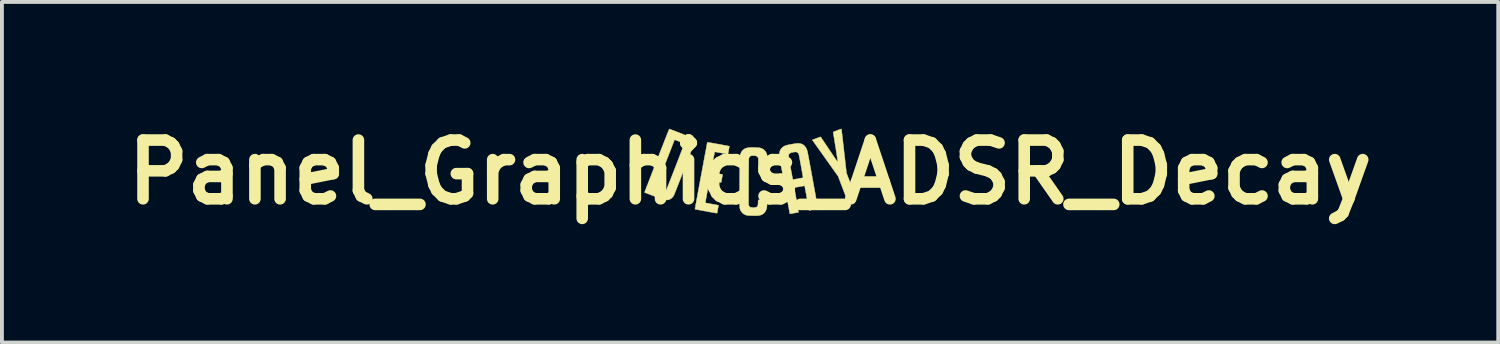
<source format=kicad_pcb>
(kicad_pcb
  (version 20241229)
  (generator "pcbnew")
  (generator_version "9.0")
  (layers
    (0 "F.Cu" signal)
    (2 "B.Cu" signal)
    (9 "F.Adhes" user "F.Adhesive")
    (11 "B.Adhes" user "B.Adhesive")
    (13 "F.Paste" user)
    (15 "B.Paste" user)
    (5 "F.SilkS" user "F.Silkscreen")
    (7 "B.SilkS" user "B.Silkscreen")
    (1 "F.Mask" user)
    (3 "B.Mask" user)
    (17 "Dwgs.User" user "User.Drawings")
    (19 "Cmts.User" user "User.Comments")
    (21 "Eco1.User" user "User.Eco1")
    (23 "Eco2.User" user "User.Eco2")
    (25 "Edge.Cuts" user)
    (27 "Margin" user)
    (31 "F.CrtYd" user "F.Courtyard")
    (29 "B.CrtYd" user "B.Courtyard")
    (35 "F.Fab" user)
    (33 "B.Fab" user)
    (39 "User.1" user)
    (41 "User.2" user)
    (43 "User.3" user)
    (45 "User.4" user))
  (footprint "Panel_Graphics_ADSR_Decay"
    (layer "F.Cu")
    (at 16.408 1.418)
    (property "Reference" "Panel_Graphics_ADSR_Decay" (at 0 0 0) (layer "F.SilkS") (effects (font (size 1.524 1.524) (thickness 0.3))))
    (attr through_hole)
    (fp_poly (pts (xy 2.372 -1.11) (xy 2.372 -1.104) (xy 2.374 -1.09) (xy 2.377 -1.069) (xy 2.38 -1.04) (xy 2.384 -1.006) (xy 2.389 -0.965) (xy 2.394 -0.919) (xy 2.4 -0.869) (xy 2.407 -0.813) (xy 2.413 -0.755) (xy 2.421 -0.692) (xy 2.428 -0.627) (xy 2.436 -0.56) (xy 2.438 -0.536) (xy 2.502 0.021) (xy 2.608 0.3) (xy 2.626 0.347) (xy 2.643 0.392) (xy 2.66 0.434) (xy 2.675 0.474) (xy 2.688 0.51) (xy 2.7 0.541) (xy 2.71 0.566) (xy 2.717 0.586) (xy 2.722 0.599) (xy 2.724 0.603) (xy 2.734 0.629) (xy 2.629 0.669) (xy 2.601 0.679) (xy 2.576 0.689) (xy 2.554 0.697) (xy 2.536 0.704) (xy 2.525 0.708) (xy 2.52 0.71) (xy 2.515 0.708) (xy 2.514 0.706) (xy 2.512 0.701) (xy 2.507 0.689) (xy 2.5 0.671) (xy 2.491 0.646) (xy 2.479 0.616) (xy 2.466 0.581) (xy 2.451 0.542) (xy 2.435 0.499) (xy 2.417 0.453) (xy 2.399 0.406) (xy 2.398 0.402) (xy 2.284 0.104) (xy 1.949 -0.367) (xy 1.614 -0.838) (xy 1.629 -0.844) (xy 1.658 -0.855) (xy 1.687 -0.866) (xy 1.717 -0.877) (xy 1.745 -0.888) (xy 1.771 -0.897) (xy 1.793 -0.906) (xy 1.811 -0.912) (xy 1.824 -0.916) (xy 1.83 -0.918) (xy 1.83 -0.918) (xy 1.833 -0.914) (xy 1.84 -0.904) (xy 1.851 -0.888) (xy 1.865 -0.866) (xy 1.883 -0.839) (xy 1.905 -0.808) (xy 1.928 -0.772) (xy 1.955 -0.733) (xy 1.983 -0.691) (xy 2.013 -0.646) (xy 2.045 -0.599) (xy 2.051 -0.589) (xy 2.094 -0.525) (xy 2.133 -0.468) (xy 2.166 -0.418) (xy 2.196 -0.376) (xy 2.22 -0.34) (xy 2.241 -0.311) (xy 2.256 -0.289) (xy 2.267 -0.275) (xy 2.273 -0.267) (xy 2.275 -0.266) (xy 2.275 -0.272) (xy 2.274 -0.285) (xy 2.271 -0.307) (xy 2.267 -0.337) (xy 2.261 -0.375) (xy 2.254 -0.422) (xy 2.246 -0.477) (xy 2.236 -0.54) (xy 2.225 -0.612) (xy 2.219 -0.649) (xy 2.21 -0.704) (xy 2.201 -0.758) (xy 2.193 -0.808) (xy 2.186 -0.855) (xy 2.179 -0.898) (xy 2.172 -0.936) (xy 2.167 -0.969) (xy 2.163 -0.996) (xy 2.159 -1.016) (xy 2.157 -1.03) (xy 2.156 -1.035) (xy 2.156 -1.035) (xy 2.156 -1.038) (xy 2.158 -1.041) (xy 2.163 -1.045) (xy 2.171 -1.049) (xy 2.184 -1.055) (xy 2.203 -1.062) (xy 2.227 -1.072) (xy 2.259 -1.084) (xy 2.261 -1.085) (xy 2.369 -1.125) (xy 2.372 -1.11)) (stroke (width 0.01) (type solid)) (fill yes) (layer "F.SilkS"))
    (fp_poly (pts (xy 0.071 -0.642) (xy 0.105 -0.642) (xy 0.14 -0.641) (xy 0.173 -0.639) (xy 0.205 -0.637) (xy 0.232 -0.634) (xy 0.254 -0.632) (xy 0.269 -0.629) (xy 0.269 -0.629) (xy 0.312 -0.613) (xy 0.349 -0.591) (xy 0.381 -0.563) (xy 0.407 -0.529) (xy 0.427 -0.488) (xy 0.437 -0.461) (xy 0.439 -0.452) (xy 0.441 -0.444) (xy 0.443 -0.434) (xy 0.444 -0.422) (xy 0.445 -0.408) (xy 0.446 -0.39) (xy 0.447 -0.367) (xy 0.447 -0.337) (xy 0.448 -0.301) (xy 0.448 -0.284) (xy 0.449 -0.138) (xy 0.417 -0.141) (xy 0.402 -0.142) (xy 0.381 -0.143) (xy 0.355 -0.143) (xy 0.327 -0.144) (xy 0.3 -0.144) (xy 0.216 -0.144) (xy 0.215 -0.255) (xy 0.214 -0.366) (xy 0.202 -0.386) (xy 0.189 -0.403) (xy 0.173 -0.415) (xy 0.151 -0.424) (xy 0.123 -0.429) (xy 0.103 -0.43) (xy 0.065 -0.431) (xy 0.034 -0.427) (xy 0.01 -0.418) (xy -0.009 -0.404) (xy -0.022 -0.384) (xy -0.03 -0.359) (xy -0.032 -0.342) (xy -0.033 -0.331) (xy -0.033 -0.313) (xy -0.034 -0.288) (xy -0.034 -0.257) (xy -0.035 -0.22) (xy -0.035 -0.178) (xy -0.035 -0.131) (xy -0.036 -0.08) (xy -0.036 -0.026) (xy -0.037 0.031) (xy -0.037 0.09) (xy -0.038 0.151) (xy -0.038 0.212) (xy -0.038 0.274) (xy -0.039 0.336) (xy -0.039 0.397) (xy -0.039 0.457) (xy -0.039 0.514) (xy -0.039 0.569) (xy -0.039 0.621) (xy -0.039 0.668) (xy -0.039 0.712) (xy -0.039 0.75) (xy -0.039 0.783) (xy -0.039 0.81) (xy -0.039 0.83) (xy -0.038 0.842) (xy -0.038 0.847) (xy -0.029 0.871) (xy -0.015 0.891) (xy 0.003 0.905) (xy 0.006 0.906) (xy 0.022 0.911) (xy 0.044 0.914) (xy 0.069 0.917) (xy 0.095 0.917) (xy 0.119 0.916) (xy 0.131 0.915) (xy 0.157 0.908) (xy 0.178 0.896) (xy 0.193 0.879) (xy 0.195 0.874) (xy 0.199 0.867) (xy 0.202 0.859) (xy 0.204 0.848) (xy 0.205 0.834) (xy 0.207 0.815) (xy 0.208 0.788) (xy 0.208 0.787) (xy 0.209 0.764) (xy 0.21 0.744) (xy 0.211 0.729) (xy 0.211 0.72) (xy 0.211 0.718) (xy 0.215 0.718) (xy 0.227 0.718) (xy 0.245 0.718) (xy 0.268 0.718) (xy 0.295 0.718) (xy 0.325 0.719) (xy 0.328 0.719) (xy 0.445 0.72) (xy 0.442 0.803) (xy 0.441 0.842) (xy 0.438 0.877) (xy 0.435 0.906) (xy 0.432 0.926) (xy 0.419 0.972) (xy 0.401 1.012) (xy 0.376 1.046) (xy 0.347 1.074) (xy 0.312 1.096) (xy 0.309 1.097) (xy 0.291 1.105) (xy 0.274 1.112) (xy 0.256 1.117) (xy 0.237 1.121) (xy 0.215 1.124) (xy 0.189 1.126) (xy 0.159 1.127) (xy 0.124 1.127) (xy 0.081 1.126) (xy 0.047 1.126) (xy 0.009 1.125) (xy -0.021 1.124) (xy -0.045 1.122) (xy -0.063 1.121) (xy -0.077 1.119) (xy -0.088 1.117) (xy -0.091 1.116) (xy -0.135 1.1) (xy -0.173 1.078) (xy -0.205 1.05) (xy -0.23 1.017) (xy -0.241 0.998) (xy -0.246 0.988) (xy -0.25 0.978) (xy -0.254 0.969) (xy -0.258 0.961) (xy -0.261 0.951) (xy -0.263 0.941) (xy -0.266 0.929) (xy -0.267 0.915) (xy -0.269 0.899) (xy -0.27 0.879) (xy -0.271 0.855) (xy -0.272 0.828) (xy -0.272 0.795) (xy -0.272 0.757) (xy -0.272 0.714) (xy -0.272 0.664) (xy -0.272 0.607) (xy -0.272 0.543) (xy -0.272 0.472) (xy -0.271 0.36) (xy -0.271 0.257) (xy -0.27 0.161) (xy -0.27 0.074) (xy -0.269 -0.006) (xy -0.268 -0.079) (xy -0.267 -0.144) (xy -0.266 -0.203) (xy -0.266 -0.254) (xy -0.265 -0.3) (xy -0.263 -0.338) (xy -0.262 -0.371) (xy -0.261 -0.398) (xy -0.26 -0.419) (xy -0.258 -0.435) (xy -0.256 -0.445) (xy -0.256 -0.447) (xy -0.242 -0.491) (xy -0.222 -0.53) (xy -0.197 -0.564) (xy -0.167 -0.591) (xy -0.135 -0.611) (xy -0.109 -0.622) (xy -0.083 -0.63) (xy -0.054 -0.636) (xy -0.022 -0.64) (xy 0.011 -0.642) (xy 0.039 -0.642) (xy 0.071 -0.642)) (stroke (width 0.01) (type solid)) (fill yes) (layer "F.SilkS"))
    (fp_poly (pts (xy -2.09 -1.121) (xy -2.078 -1.117) (xy -2.06 -1.11) (xy -2.037 -1.101) (xy -2.01 -1.091) (xy -1.979 -1.079) (xy -1.947 -1.067) (xy -1.912 -1.053) (xy -1.878 -1.04) (xy -1.843 -1.027) (xy -1.81 -1.014) (xy -1.779 -1.002) (xy -1.752 -0.991) (xy -1.728 -0.982) (xy -1.71 -0.975) (xy -1.708 -0.974) (xy -1.663 -0.953) (xy -1.621 -0.927) (xy -1.584 -0.899) (xy -1.554 -0.868) (xy -1.53 -0.835) (xy -1.522 -0.821) (xy -1.506 -0.78) (xy -1.498 -0.735) (xy -1.497 -0.688) (xy -1.503 -0.637) (xy -1.517 -0.583) (xy -1.523 -0.562) (xy -1.528 -0.55) (xy -1.535 -0.53) (xy -1.545 -0.504) (xy -1.557 -0.472) (xy -1.572 -0.435) (xy -1.588 -0.393) (xy -1.605 -0.347) (xy -1.624 -0.298) (xy -1.645 -0.245) (xy -1.666 -0.19) (xy -1.688 -0.133) (xy -1.711 -0.075) (xy -1.734 -0.016) (xy -1.757 0.044) (xy -1.78 0.103) (xy -1.803 0.162) (xy -1.825 0.219) (xy -1.847 0.274) (xy -1.868 0.327) (xy -1.887 0.376) (xy -1.905 0.422) (xy -1.922 0.464) (xy -1.937 0.502) (xy -1.95 0.534) (xy -1.96 0.56) (xy -1.968 0.58) (xy -1.974 0.594) (xy -1.976 0.599) (xy -1.997 0.632) (xy -2.023 0.661) (xy -2.053 0.685) (xy -2.085 0.704) (xy -2.117 0.715) (xy -2.138 0.718) (xy -2.163 0.719) (xy -2.19 0.718) (xy -2.217 0.716) (xy -2.231 0.713) (xy -2.24 0.711) (xy -2.249 0.709) (xy -2.258 0.706) (xy -2.269 0.703) (xy -2.281 0.699) (xy -2.296 0.694) (xy -2.315 0.687) (xy -2.337 0.679) (xy -2.364 0.669) (xy -2.396 0.656) (xy -2.434 0.642) (xy -2.479 0.624) (xy -2.524 0.607) (xy -2.738 0.524) (xy -2.73 0.502) (xy -2.728 0.496) (xy -2.723 0.483) (xy -2.715 0.462) (xy -2.704 0.434) (xy -2.694 0.409) (xy -2.443 0.409) (xy -2.439 0.411) (xy -2.428 0.416) (xy -2.412 0.424) (xy -2.391 0.432) (xy -2.367 0.442) (xy -2.34 0.452) (xy -2.313 0.463) (xy -2.285 0.473) (xy -2.273 0.477) (xy -2.247 0.484) (xy -2.223 0.486) (xy -2.202 0.482) (xy -2.19 0.476) (xy -2.179 0.466) (xy -2.171 0.457) (xy -2.169 0.452) (xy -2.164 0.44) (xy -2.156 0.421) (xy -2.146 0.396) (xy -2.133 0.365) (xy -2.119 0.329) (xy -2.103 0.288) (xy -2.086 0.243) (xy -2.067 0.195) (xy -2.047 0.144) (xy -2.026 0.091) (xy -2.004 0.036) (xy -1.982 -0.021) (xy -1.96 -0.078) (xy -1.938 -0.135) (xy -1.916 -0.191) (xy -1.894 -0.247) (xy -1.873 -0.301) (xy -1.853 -0.353) (xy -1.834 -0.403) (xy -1.816 -0.449) (xy -1.8 -0.491) (xy -1.785 -0.53) (xy -1.772 -0.563) (xy -1.762 -0.591) (xy -1.754 -0.612) (xy -1.748 -0.628) (xy -1.746 -0.634) (xy -1.737 -0.668) (xy -1.736 -0.699) (xy -1.741 -0.726) (xy -1.753 -0.749) (xy -1.772 -0.767) (xy -1.774 -0.769) (xy -1.783 -0.773) (xy -1.797 -0.78) (xy -1.816 -0.789) (xy -1.838 -0.798) (xy -1.861 -0.807) (xy -1.885 -0.816) (xy -1.907 -0.825) (xy -1.927 -0.832) (xy -1.943 -0.838) (xy -1.954 -0.841) (xy -1.958 -0.841) (xy -1.96 -0.837) (xy -1.965 -0.826) (xy -1.972 -0.807) (xy -1.982 -0.782) (xy -1.994 -0.752) (xy -2.008 -0.716) (xy -2.024 -0.675) (xy -2.041 -0.63) (xy -2.06 -0.581) (xy -2.081 -0.529) (xy -2.102 -0.474) (xy -2.124 -0.417) (xy -2.147 -0.358) (xy -2.17 -0.298) (xy -2.194 -0.237) (xy -2.217 -0.176) (xy -2.241 -0.116) (xy -2.264 -0.056) (xy -2.287 0.002) (xy -2.308 0.059) (xy -2.329 0.113) (xy -2.349 0.164) (xy -2.367 0.212) (xy -2.384 0.255) (xy -2.399 0.295) (xy -2.413 0.329) (xy -2.424 0.358) (xy -2.432 0.381) (xy -2.438 0.397) (xy -2.442 0.406) (xy -2.443 0.409) (xy -2.694 0.409) (xy -2.691 0.401) (xy -2.676 0.361) (xy -2.658 0.316) (xy -2.639 0.265) (xy -2.617 0.21) (xy -2.594 0.15) (xy -2.569 0.086) (xy -2.543 0.018) (xy -2.516 -0.052) (xy -2.487 -0.126) (xy -2.457 -0.202) (xy -2.427 -0.281) (xy -2.411 -0.322) (xy -2.37 -0.428) (xy -2.332 -0.526) (xy -2.297 -0.616) (xy -2.264 -0.699) (xy -2.235 -0.774) (xy -2.209 -0.842) (xy -2.185 -0.902) (xy -2.164 -0.954) (xy -2.146 -1) (xy -2.131 -1.038) (xy -2.118 -1.069) (xy -2.108 -1.093) (xy -2.101 -1.11) (xy -2.096 -1.12) (xy -2.094 -1.123) (xy -2.09 -1.121)) (stroke (width 0.01) (type solid)) (fill yes) (layer "F.SilkS"))
    (fp_poly (pts (xy -1.103 -0.777) (xy -1.092 -0.775) (xy -1.073 -0.772) (xy -1.048 -0.768) (xy -1.019 -0.763) (xy -0.985 -0.757) (xy -0.948 -0.751) (xy -0.909 -0.744) (xy -0.868 -0.736) (xy -0.825 -0.729) (xy -0.783 -0.721) (xy -0.742 -0.714) (xy -0.702 -0.706) (xy -0.665 -0.699) (xy -0.631 -0.693) (xy -0.601 -0.687) (xy -0.576 -0.683) (xy -0.556 -0.679) (xy -0.543 -0.676) (xy -0.538 -0.675) (xy -0.538 -0.675) (xy -0.538 -0.67) (xy -0.54 -0.659) (xy -0.542 -0.642) (xy -0.546 -0.621) (xy -0.55 -0.597) (xy -0.554 -0.572) (xy -0.559 -0.547) (xy -0.563 -0.523) (xy -0.567 -0.502) (xy -0.571 -0.486) (xy -0.573 -0.474) (xy -0.574 -0.47) (xy -0.579 -0.471) (xy -0.59 -0.472) (xy -0.609 -0.475) (xy -0.633 -0.479) (xy -0.662 -0.484) (xy -0.694 -0.49) (xy -0.73 -0.497) (xy -0.745 -0.499) (xy -0.782 -0.506) (xy -0.816 -0.512) (xy -0.847 -0.517) (xy -0.873 -0.522) (xy -0.894 -0.525) (xy -0.908 -0.527) (xy -0.916 -0.528) (xy -0.917 -0.528) (xy -0.918 -0.524) (xy -0.921 -0.512) (xy -0.924 -0.493) (xy -0.929 -0.469) (xy -0.934 -0.44) (xy -0.941 -0.407) (xy -0.948 -0.371) (xy -0.955 -0.332) (xy -0.963 -0.292) (xy -0.97 -0.252) (xy -0.978 -0.211) (xy -0.985 -0.172) (xy -0.992 -0.135) (xy -0.998 -0.1) (xy -1.004 -0.07) (xy -1.009 -0.043) (xy -1.012 -0.023) (xy -1.015 -0.008) (xy -1.016 -0.001) (xy -1.016 -0.000241) (xy -1.012 0.001) (xy -1.001 0.004) (xy -0.983 0.007) (xy -0.959 0.012) (xy -0.931 0.017) (xy -0.9 0.023) (xy -0.867 0.029) (xy -0.832 0.036) (xy -0.8 0.042) (xy -0.772 0.047) (xy -0.749 0.052) (xy -0.73 0.055) (xy -0.719 0.058) (xy -0.714 0.059) (xy -0.715 0.064) (xy -0.716 0.075) (xy -0.718 0.092) (xy -0.722 0.113) (xy -0.726 0.137) (xy -0.73 0.162) (xy -0.735 0.187) (xy -0.739 0.211) (xy -0.743 0.232) (xy -0.746 0.249) (xy -0.749 0.26) (xy -0.75 0.264) (xy -0.754 0.264) (xy -0.766 0.262) (xy -0.784 0.259) (xy -0.808 0.255) (xy -0.836 0.25) (xy -0.867 0.244) (xy -0.895 0.239) (xy -0.929 0.232) (xy -0.961 0.227) (xy -0.989 0.222) (xy -1.013 0.218) (xy -1.032 0.215) (xy -1.044 0.213) (xy -1.048 0.213) (xy -1.049 0.214) (xy -1.051 0.216) (xy -1.053 0.22) (xy -1.055 0.226) (xy -1.058 0.236) (xy -1.061 0.25) (xy -1.065 0.267) (xy -1.069 0.29) (xy -1.075 0.318) (xy -1.081 0.352) (xy -1.089 0.392) (xy -1.098 0.44) (xy -1.108 0.495) (xy -1.109 0.502) (xy -1.118 0.55) (xy -1.127 0.596) (xy -1.134 0.638) (xy -1.141 0.677) (xy -1.147 0.711) (xy -1.152 0.74) (xy -1.156 0.764) (xy -1.159 0.781) (xy -1.16 0.79) (xy -1.16 0.792) (xy -1.156 0.793) (xy -1.144 0.796) (xy -1.125 0.8) (xy -1.101 0.805) (xy -1.072 0.81) (xy -1.039 0.816) (xy -1.003 0.823) (xy -0.988 0.826) (xy -0.952 0.832) (xy -0.918 0.839) (xy -0.887 0.844) (xy -0.862 0.849) (xy -0.841 0.853) (xy -0.827 0.855) (xy -0.819 0.857) (xy -0.819 0.857) (xy -0.819 0.861) (xy -0.821 0.872) (xy -0.824 0.889) (xy -0.828 0.912) (xy -0.833 0.938) (xy -0.836 0.957) (xy -0.842 0.985) (xy -0.846 1.01) (xy -0.85 1.031) (xy -0.853 1.047) (xy -0.855 1.057) (xy -0.855 1.059) (xy -0.856 1.061) (xy -0.857 1.061) (xy -0.861 1.062) (xy -0.867 1.061) (xy -0.877 1.06) (xy -0.889 1.058) (xy -0.906 1.055) (xy -0.928 1.052) (xy -0.955 1.047) (xy -0.987 1.041) (xy -1.026 1.034) (xy -1.072 1.026) (xy -1.126 1.016) (xy -1.154 1.01) (xy -1.201 1.002) (xy -1.245 0.993) (xy -1.287 0.986) (xy -1.324 0.979) (xy -1.357 0.973) (xy -1.384 0.967) (xy -1.406 0.963) (xy -1.421 0.961) (xy -1.429 0.959) (xy -1.43 0.959) (xy -1.429 0.955) (xy -1.427 0.943) (xy -1.424 0.923) (xy -1.419 0.897) (xy -1.413 0.864) (xy -1.406 0.825) (xy -1.398 0.781) (xy -1.389 0.732) (xy -1.379 0.678) (xy -1.368 0.62) (xy -1.357 0.559) (xy -1.345 0.494) (xy -1.333 0.427) (xy -1.32 0.357) (xy -1.307 0.286) (xy -1.293 0.214) (xy -1.28 0.14) (xy -1.266 0.067) (xy -1.252 -0.007) (xy -1.239 -0.08) (xy -1.226 -0.151) (xy -1.212 -0.222) (xy -1.2 -0.29) (xy -1.188 -0.355) (xy -1.176 -0.418) (xy -1.165 -0.477) (xy -1.154 -0.532) (xy -1.145 -0.583) (xy -1.136 -0.629) (xy -1.129 -0.67) (xy -1.122 -0.705) (xy -1.117 -0.733) (xy -1.112 -0.755) (xy -1.109 -0.77) (xy -1.108 -0.777) (xy -1.108 -0.777) (xy -1.103 -0.777)) (stroke (width 0.01) (type solid)) (fill yes) (layer "F.SilkS"))
    (fp_poly (pts (xy 1.267 -0.748) (xy 1.29 -0.746) (xy 1.306 -0.743) (xy 1.347 -0.729) (xy 1.383 -0.709) (xy 1.415 -0.681) (xy 1.443 -0.646) (xy 1.466 -0.604) (xy 1.484 -0.555) (xy 1.49 -0.533) (xy 1.491 -0.525) (xy 1.494 -0.51) (xy 1.499 -0.488) (xy 1.504 -0.459) (xy 1.511 -0.424) (xy 1.518 -0.383) (xy 1.527 -0.337) (xy 1.536 -0.287) (xy 1.546 -0.233) (xy 1.557 -0.175) (xy 1.568 -0.115) (xy 1.58 -0.051) (xy 1.592 0.014) (xy 1.604 0.08) (xy 1.616 0.148) (xy 1.629 0.216) (xy 1.641 0.284) (xy 1.653 0.351) (xy 1.665 0.417) (xy 1.677 0.482) (xy 1.689 0.544) (xy 1.699 0.604) (xy 1.71 0.661) (xy 1.719 0.714) (xy 1.728 0.763) (xy 1.736 0.807) (xy 1.743 0.846) (xy 1.749 0.88) (xy 1.754 0.907) (xy 1.757 0.927) (xy 1.76 0.94) (xy 1.76 0.946) (xy 1.76 0.946) (xy 1.756 0.947) (xy 1.744 0.95) (xy 1.727 0.953) (xy 1.704 0.957) (xy 1.677 0.962) (xy 1.647 0.968) (xy 1.646 0.968) (xy 1.533 0.989) (xy 1.525 0.944) (xy 1.522 0.932) (xy 1.519 0.913) (xy 1.514 0.887) (xy 1.508 0.855) (xy 1.501 0.818) (xy 1.494 0.777) (xy 1.486 0.733) (xy 1.477 0.686) (xy 1.469 0.638) (xy 1.467 0.627) (xy 1.458 0.58) (xy 1.45 0.535) (xy 1.442 0.494) (xy 1.435 0.457) (xy 1.429 0.424) (xy 1.424 0.396) (xy 1.42 0.375) (xy 1.417 0.36) (xy 1.416 0.353) (xy 1.416 0.352) (xy 1.411 0.352) (xy 1.4 0.354) (xy 1.382 0.357) (xy 1.358 0.361) (xy 1.331 0.366) (xy 1.3 0.371) (xy 1.284 0.374) (xy 1.252 0.38) (xy 1.222 0.385) (xy 1.196 0.39) (xy 1.175 0.394) (xy 1.16 0.396) (xy 1.152 0.398) (xy 1.15 0.398) (xy 1.148 0.401) (xy 1.147 0.405) (xy 1.148 0.411) (xy 1.15 0.424) (xy 1.154 0.443) (xy 1.158 0.47) (xy 1.164 0.502) (xy 1.171 0.539) (xy 1.178 0.58) (xy 1.186 0.625) (xy 1.195 0.673) (xy 1.204 0.723) (xy 1.204 0.724) (xy 1.213 0.774) (xy 1.222 0.822) (xy 1.23 0.866) (xy 1.237 0.907) (xy 1.244 0.944) (xy 1.249 0.975) (xy 1.253 1.001) (xy 1.256 1.02) (xy 1.258 1.033) (xy 1.258 1.037) (xy 1.258 1.038) (xy 1.253 1.039) (xy 1.241 1.042) (xy 1.223 1.045) (xy 1.201 1.05) (xy 1.174 1.055) (xy 1.156 1.058) (xy 1.127 1.063) (xy 1.101 1.068) (xy 1.078 1.072) (xy 1.06 1.075) (xy 1.048 1.078) (xy 1.045 1.078) (xy 1.036 1.079) (xy 1.032 1.074) (xy 1.031 1.07) (xy 1.029 1.062) (xy 1.026 1.046) (xy 1.022 1.023) (xy 1.016 0.993) (xy 1.009 0.957) (xy 1.002 0.915) (xy 0.993 0.868) (xy 0.984 0.817) (xy 0.973 0.762) (xy 0.963 0.703) (xy 0.951 0.641) (xy 0.94 0.577) (xy 0.928 0.51) (xy 0.915 0.443) (xy 0.903 0.374) (xy 0.89 0.305) (xy 0.878 0.236) (xy 0.866 0.168) (xy 0.854 0.102) (xy 0.842 0.037) (xy 0.831 -0.026) (xy 0.82 -0.086) (xy 0.81 -0.143) (xy 0.8 -0.196) (xy 0.792 -0.244) (xy 0.784 -0.288) (xy 0.777 -0.326) (xy 0.772 -0.358) (xy 0.767 -0.384) (xy 0.764 -0.402) (xy 0.762 -0.413) (xy 0.762 -0.416) (xy 0.762 -0.422) (xy 0.999 -0.422) (xy 1 -0.414) (xy 1.002 -0.399) (xy 1.005 -0.378) (xy 1.01 -0.35) (xy 1.015 -0.319) (xy 1.021 -0.283) (xy 1.028 -0.244) (xy 1.035 -0.202) (xy 1.043 -0.16) (xy 1.051 -0.116) (xy 1.059 -0.072) (xy 1.067 -0.029) (xy 1.075 0.012) (xy 1.082 0.051) (xy 1.089 0.087) (xy 1.095 0.118) (xy 1.1 0.145) (xy 1.105 0.167) (xy 1.108 0.182) (xy 1.11 0.19) (xy 1.111 0.191) (xy 1.116 0.19) (xy 1.128 0.188) (xy 1.147 0.184) (xy 1.171 0.18) (xy 1.198 0.175) (xy 1.23 0.17) (xy 1.244 0.167) (xy 1.276 0.161) (xy 1.306 0.155) (xy 1.331 0.151) (xy 1.352 0.147) (xy 1.366 0.144) (xy 1.374 0.142) (xy 1.376 0.141) (xy 1.375 0.137) (xy 1.373 0.125) (xy 1.37 0.107) (xy 1.366 0.082) (xy 1.361 0.053) (xy 1.355 0.019) (xy 1.348 -0.019) (xy 1.341 -0.059) (xy 1.334 -0.1) (xy 1.326 -0.143) (xy 1.318 -0.186) (xy 1.31 -0.229) (xy 1.303 -0.27) (xy 1.295 -0.309) (xy 1.289 -0.345) (xy 1.283 -0.377) (xy 1.277 -0.405) (xy 1.273 -0.427) (xy 1.27 -0.443) (xy 1.268 -0.452) (xy 1.268 -0.452) (xy 1.257 -0.481) (xy 1.242 -0.503) (xy 1.221 -0.518) (xy 1.194 -0.526) (xy 1.193 -0.527) (xy 1.182 -0.527) (xy 1.165 -0.526) (xy 1.144 -0.523) (xy 1.121 -0.52) (xy 1.098 -0.515) (xy 1.077 -0.511) (xy 1.061 -0.506) (xy 1.058 -0.505) (xy 1.038 -0.495) (xy 1.02 -0.48) (xy 1.007 -0.462) (xy 1.005 -0.458) (xy 1.001 -0.446) (xy 0.999 -0.43) (xy 0.999 -0.422) (xy 0.762 -0.422) (xy 0.76 -0.46) (xy 0.764 -0.504) (xy 0.771 -0.539) (xy 0.784 -0.574) (xy 0.805 -0.607) (xy 0.831 -0.637) (xy 0.862 -0.662) (xy 0.883 -0.674) (xy 0.899 -0.682) (xy 0.915 -0.689) (xy 0.932 -0.695) (xy 0.952 -0.701) (xy 0.976 -0.707) (xy 1.005 -0.713) (xy 1.04 -0.72) (xy 1.075 -0.726) (xy 1.126 -0.735) (xy 1.17 -0.742) (xy 1.207 -0.746) (xy 1.239 -0.749) (xy 1.267 -0.748)) (stroke (width 0.01) (type solid)) (fill yes) (layer "F.SilkS")))
  (gr_rect
    (start -3 -3)
    (end 35.817 5.836)
    (stroke (width 0.1) (type default))
    (fill no)
    (layer "Edge.Cuts")))
</source>
